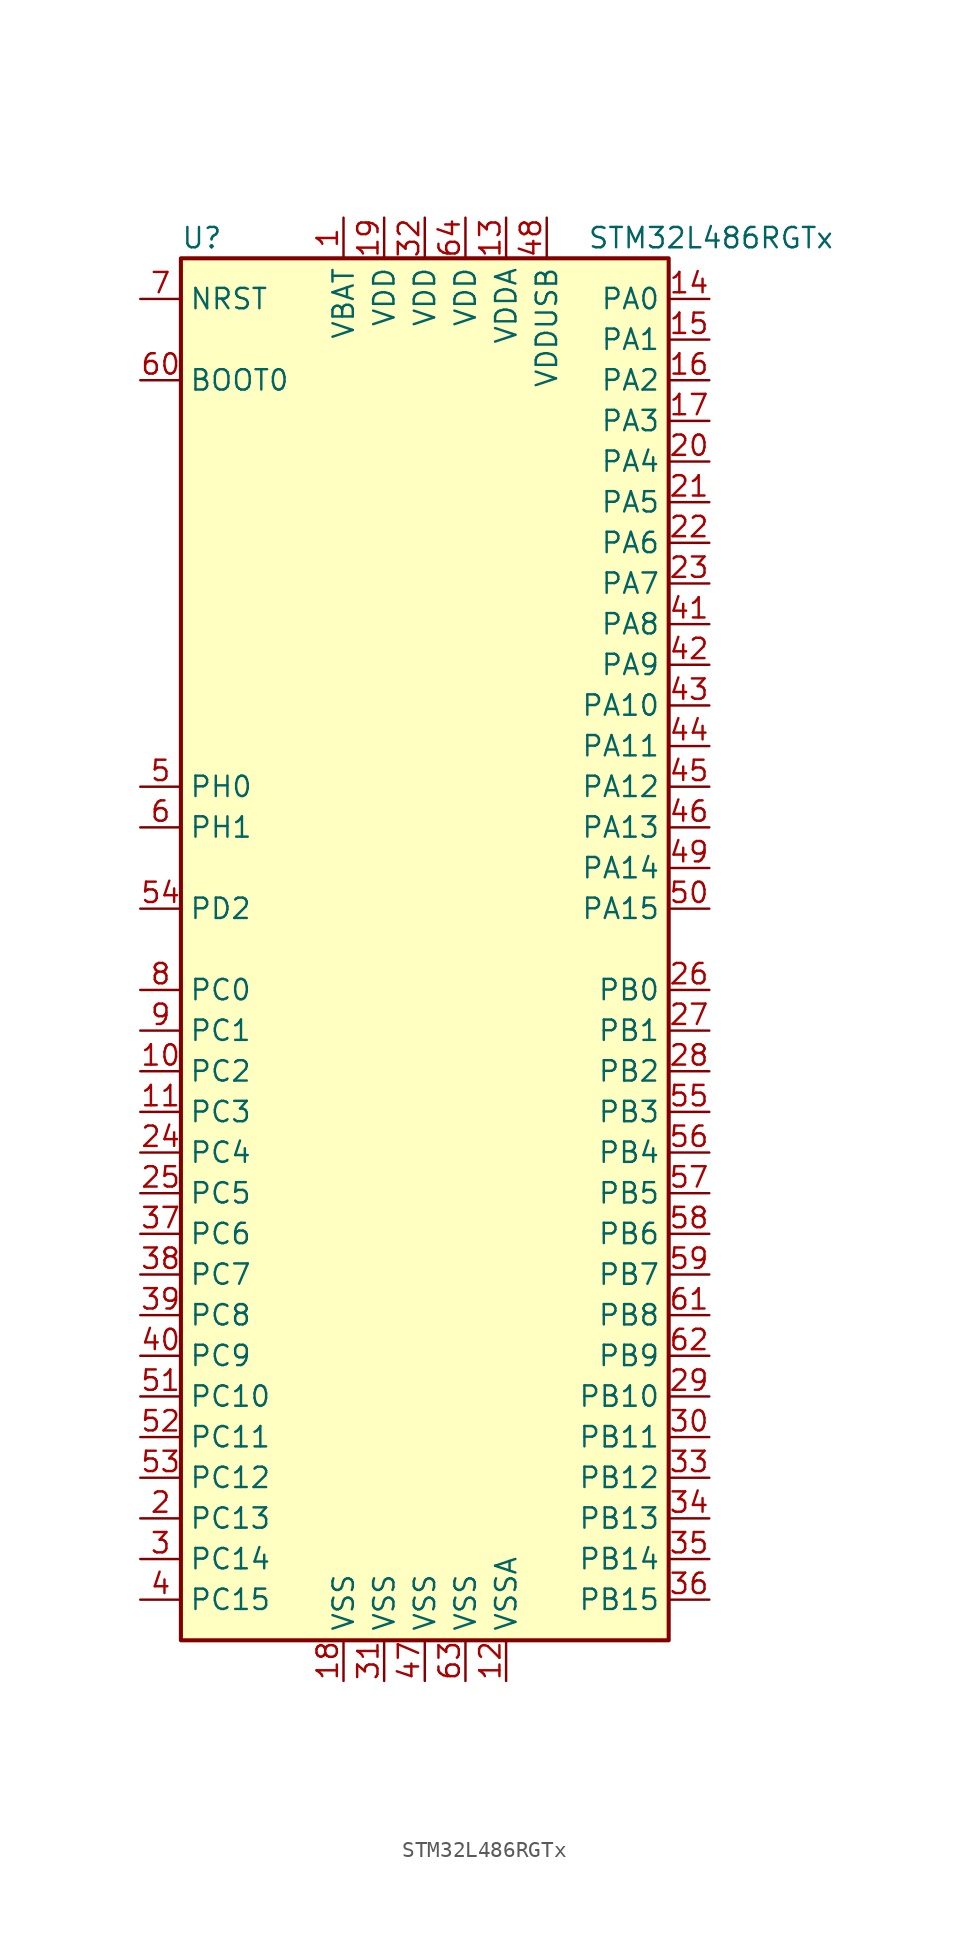
<source format=kicad_sym>
(kicad_symbol_lib
  (version 20201005)
  (generator kicad_symbol_editor)
  (symbol "MCU_ST_STM32L4:STM32L486RGTx"
    (property "Reference" "U"
      (at -15.24 44.45 0)
      (effects (font (size 1.27 1.27)) (justify left)))
    (property "Value" "STM32L486RGTx"
      (at 10.16 44.45 0)
      (effects (font (size 1.27 1.27)) (justify left)))
    (symbol "STM32L486RGTx_0_1"
      (rectangle (start -15.24 -43.18) (end 15.24 43.18) (stroke (width 0.254)) (fill (type background))))
    (symbol "STM32L486RGTx_1_1"
      (pin power_in line (at -5.08 45.72 270) (length 2.54) (name "VBAT" (effects (font (size 1.27 1.27)))) (number "1" (effects (font (size 1.27 1.27)))))
      (pin bidirectional line (at -17.78 -7.62 0) (length 2.54) (name "PC2" (effects (font (size 1.27 1.27)))) (number "10" (effects (font (size 1.27 1.27)))))
      (pin bidirectional line (at -17.78 -10.16 0) (length 2.54) (name "PC3" (effects (font (size 1.27 1.27)))) (number "11" (effects (font (size 1.27 1.27)))))
      (pin power_in line (at 5.08 -45.72 90) (length 2.54) (name "VSSA" (effects (font (size 1.27 1.27)))) (number "12" (effects (font (size 1.27 1.27)))))
      (pin power_in line (at 5.08 45.72 270) (length 2.54) (name "VDDA" (effects (font (size 1.27 1.27)))) (number "13" (effects (font (size 1.27 1.27)))))
      (pin bidirectional line (at 17.78 40.64 180) (length 2.54) (name "PA0" (effects (font (size 1.27 1.27)))) (number "14" (effects (font (size 1.27 1.27)))))
      (pin bidirectional line (at 17.78 38.1 180) (length 2.54) (name "PA1" (effects (font (size 1.27 1.27)))) (number "15" (effects (font (size 1.27 1.27)))))
      (pin bidirectional line (at 17.78 35.56 180) (length 2.54) (name "PA2" (effects (font (size 1.27 1.27)))) (number "16" (effects (font (size 1.27 1.27)))))
      (pin bidirectional line (at 17.78 33.02 180) (length 2.54) (name "PA3" (effects (font (size 1.27 1.27)))) (number "17" (effects (font (size 1.27 1.27)))))
      (pin power_in line (at -5.08 -45.72 90) (length 2.54) (name "VSS" (effects (font (size 1.27 1.27)))) (number "18" (effects (font (size 1.27 1.27)))))
      (pin power_in line (at -2.54 45.72 270) (length 2.54) (name "VDD" (effects (font (size 1.27 1.27)))) (number "19" (effects (font (size 1.27 1.27)))))
      (pin bidirectional line (at -17.78 -35.56 0) (length 2.54) (name "PC13" (effects (font (size 1.27 1.27)))) (number "2" (effects (font (size 1.27 1.27)))))
      (pin bidirectional line (at 17.78 30.48 180) (length 2.54) (name "PA4" (effects (font (size 1.27 1.27)))) (number "20" (effects (font (size 1.27 1.27)))))
      (pin bidirectional line (at 17.78 27.94 180) (length 2.54) (name "PA5" (effects (font (size 1.27 1.27)))) (number "21" (effects (font (size 1.27 1.27)))))
      (pin bidirectional line (at 17.78 25.4 180) (length 2.54) (name "PA6" (effects (font (size 1.27 1.27)))) (number "22" (effects (font (size 1.27 1.27)))))
      (pin bidirectional line (at 17.78 22.86 180) (length 2.54) (name "PA7" (effects (font (size 1.27 1.27)))) (number "23" (effects (font (size 1.27 1.27)))))
      (pin bidirectional line (at -17.78 -12.7 0) (length 2.54) (name "PC4" (effects (font (size 1.27 1.27)))) (number "24" (effects (font (size 1.27 1.27)))))
      (pin bidirectional line (at -17.78 -15.24 0) (length 2.54) (name "PC5" (effects (font (size 1.27 1.27)))) (number "25" (effects (font (size 1.27 1.27)))))
      (pin bidirectional line (at 17.78 -2.54 180) (length 2.54) (name "PB0" (effects (font (size 1.27 1.27)))) (number "26" (effects (font (size 1.27 1.27)))))
      (pin bidirectional line (at 17.78 -5.08 180) (length 2.54) (name "PB1" (effects (font (size 1.27 1.27)))) (number "27" (effects (font (size 1.27 1.27)))))
      (pin bidirectional line (at 17.78 -7.62 180) (length 2.54) (name "PB2" (effects (font (size 1.27 1.27)))) (number "28" (effects (font (size 1.27 1.27)))))
      (pin bidirectional line (at 17.78 -27.94 180) (length 2.54) (name "PB10" (effects (font (size 1.27 1.27)))) (number "29" (effects (font (size 1.27 1.27)))))
      (pin bidirectional line (at -17.78 -38.1 0) (length 2.54) (name "PC14" (effects (font (size 1.27 1.27)))) (number "3" (effects (font (size 1.27 1.27)))))
      (pin bidirectional line (at 17.78 -30.48 180) (length 2.54) (name "PB11" (effects (font (size 1.27 1.27)))) (number "30" (effects (font (size 1.27 1.27)))))
      (pin power_in line (at -2.54 -45.72 90) (length 2.54) (name "VSS" (effects (font (size 1.27 1.27)))) (number "31" (effects (font (size 1.27 1.27)))))
      (pin power_in line (at 0 45.72 270) (length 2.54) (name "VDD" (effects (font (size 1.27 1.27)))) (number "32" (effects (font (size 1.27 1.27)))))
      (pin bidirectional line (at 17.78 -33.02 180) (length 2.54) (name "PB12" (effects (font (size 1.27 1.27)))) (number "33" (effects (font (size 1.27 1.27)))))
      (pin bidirectional line (at 17.78 -35.56 180) (length 2.54) (name "PB13" (effects (font (size 1.27 1.27)))) (number "34" (effects (font (size 1.27 1.27)))))
      (pin bidirectional line (at 17.78 -38.1 180) (length 2.54) (name "PB14" (effects (font (size 1.27 1.27)))) (number "35" (effects (font (size 1.27 1.27)))))
      (pin bidirectional line (at 17.78 -40.64 180) (length 2.54) (name "PB15" (effects (font (size 1.27 1.27)))) (number "36" (effects (font (size 1.27 1.27)))))
      (pin bidirectional line (at -17.78 -17.78 0) (length 2.54) (name "PC6" (effects (font (size 1.27 1.27)))) (number "37" (effects (font (size 1.27 1.27)))))
      (pin bidirectional line (at -17.78 -20.32 0) (length 2.54) (name "PC7" (effects (font (size 1.27 1.27)))) (number "38" (effects (font (size 1.27 1.27)))))
      (pin bidirectional line (at -17.78 -22.86 0) (length 2.54) (name "PC8" (effects (font (size 1.27 1.27)))) (number "39" (effects (font (size 1.27 1.27)))))
      (pin bidirectional line (at -17.78 -40.64 0) (length 2.54) (name "PC15" (effects (font (size 1.27 1.27)))) (number "4" (effects (font (size 1.27 1.27)))))
      (pin bidirectional line (at -17.78 -25.4 0) (length 2.54) (name "PC9" (effects (font (size 1.27 1.27)))) (number "40" (effects (font (size 1.27 1.27)))))
      (pin bidirectional line (at 17.78 20.32 180) (length 2.54) (name "PA8" (effects (font (size 1.27 1.27)))) (number "41" (effects (font (size 1.27 1.27)))))
      (pin bidirectional line (at 17.78 17.78 180) (length 2.54) (name "PA9" (effects (font (size 1.27 1.27)))) (number "42" (effects (font (size 1.27 1.27)))))
      (pin bidirectional line (at 17.78 15.24 180) (length 2.54) (name "PA10" (effects (font (size 1.27 1.27)))) (number "43" (effects (font (size 1.27 1.27)))))
      (pin bidirectional line (at 17.78 12.7 180) (length 2.54) (name "PA11" (effects (font (size 1.27 1.27)))) (number "44" (effects (font (size 1.27 1.27)))))
      (pin bidirectional line (at 17.78 10.16 180) (length 2.54) (name "PA12" (effects (font (size 1.27 1.27)))) (number "45" (effects (font (size 1.27 1.27)))))
      (pin bidirectional line (at 17.78 7.62 180) (length 2.54) (name "PA13" (effects (font (size 1.27 1.27)))) (number "46" (effects (font (size 1.27 1.27)))))
      (pin power_in line (at 0 -45.72 90) (length 2.54) (name "VSS" (effects (font (size 1.27 1.27)))) (number "47" (effects (font (size 1.27 1.27)))))
      (pin power_in line (at 7.62 45.72 270) (length 2.54) (name "VDDUSB" (effects (font (size 1.27 1.27)))) (number "48" (effects (font (size 1.27 1.27)))))
      (pin bidirectional line (at 17.78 5.08 180) (length 2.54) (name "PA14" (effects (font (size 1.27 1.27)))) (number "49" (effects (font (size 1.27 1.27)))))
      (pin input line (at -17.78 10.16 0) (length 2.54) (name "PH0" (effects (font (size 1.27 1.27)))) (number "5" (effects (font (size 1.27 1.27)))))
      (pin bidirectional line (at 17.78 2.54 180) (length 2.54) (name "PA15" (effects (font (size 1.27 1.27)))) (number "50" (effects (font (size 1.27 1.27)))))
      (pin bidirectional line (at -17.78 -27.94 0) (length 2.54) (name "PC10" (effects (font (size 1.27 1.27)))) (number "51" (effects (font (size 1.27 1.27)))))
      (pin bidirectional line (at -17.78 -30.48 0) (length 2.54) (name "PC11" (effects (font (size 1.27 1.27)))) (number "52" (effects (font (size 1.27 1.27)))))
      (pin bidirectional line (at -17.78 -33.02 0) (length 2.54) (name "PC12" (effects (font (size 1.27 1.27)))) (number "53" (effects (font (size 1.27 1.27)))))
      (pin bidirectional line (at -17.78 2.54 0) (length 2.54) (name "PD2" (effects (font (size 1.27 1.27)))) (number "54" (effects (font (size 1.27 1.27)))))
      (pin bidirectional line (at 17.78 -10.16 180) (length 2.54) (name "PB3" (effects (font (size 1.27 1.27)))) (number "55" (effects (font (size 1.27 1.27)))))
      (pin bidirectional line (at 17.78 -12.7 180) (length 2.54) (name "PB4" (effects (font (size 1.27 1.27)))) (number "56" (effects (font (size 1.27 1.27)))))
      (pin bidirectional line (at 17.78 -15.24 180) (length 2.54) (name "PB5" (effects (font (size 1.27 1.27)))) (number "57" (effects (font (size 1.27 1.27)))))
      (pin bidirectional line (at 17.78 -17.78 180) (length 2.54) (name "PB6" (effects (font (size 1.27 1.27)))) (number "58" (effects (font (size 1.27 1.27)))))
      (pin bidirectional line (at 17.78 -20.32 180) (length 2.54) (name "PB7" (effects (font (size 1.27 1.27)))) (number "59" (effects (font (size 1.27 1.27)))))
      (pin input line (at -17.78 7.62 0) (length 2.54) (name "PH1" (effects (font (size 1.27 1.27)))) (number "6" (effects (font (size 1.27 1.27)))))
      (pin input line (at -17.78 35.56 0) (length 2.54) (name "BOOT0" (effects (font (size 1.27 1.27)))) (number "60" (effects (font (size 1.27 1.27)))))
      (pin bidirectional line (at 17.78 -22.86 180) (length 2.54) (name "PB8" (effects (font (size 1.27 1.27)))) (number "61" (effects (font (size 1.27 1.27)))))
      (pin bidirectional line (at 17.78 -25.4 180) (length 2.54) (name "PB9" (effects (font (size 1.27 1.27)))) (number "62" (effects (font (size 1.27 1.27)))))
      (pin power_in line (at 2.54 -45.72 90) (length 2.54) (name "VSS" (effects (font (size 1.27 1.27)))) (number "63" (effects (font (size 1.27 1.27)))))
      (pin power_in line (at 2.54 45.72 270) (length 2.54) (name "VDD" (effects (font (size 1.27 1.27)))) (number "64" (effects (font (size 1.27 1.27)))))
      (pin input line (at -17.78 40.64 0) (length 2.54) (name "NRST" (effects (font (size 1.27 1.27)))) (number "7" (effects (font (size 1.27 1.27)))))
      (pin bidirectional line (at -17.78 -2.54 0) (length 2.54) (name "PC0" (effects (font (size 1.27 1.27)))) (number "8" (effects (font (size 1.27 1.27)))))
      (pin bidirectional line (at -17.78 -5.08 0) (length 2.54) (name "PC1" (effects (font (size 1.27 1.27)))) (number "9" (effects (font (size 1.27 1.27))))))))
</source>
